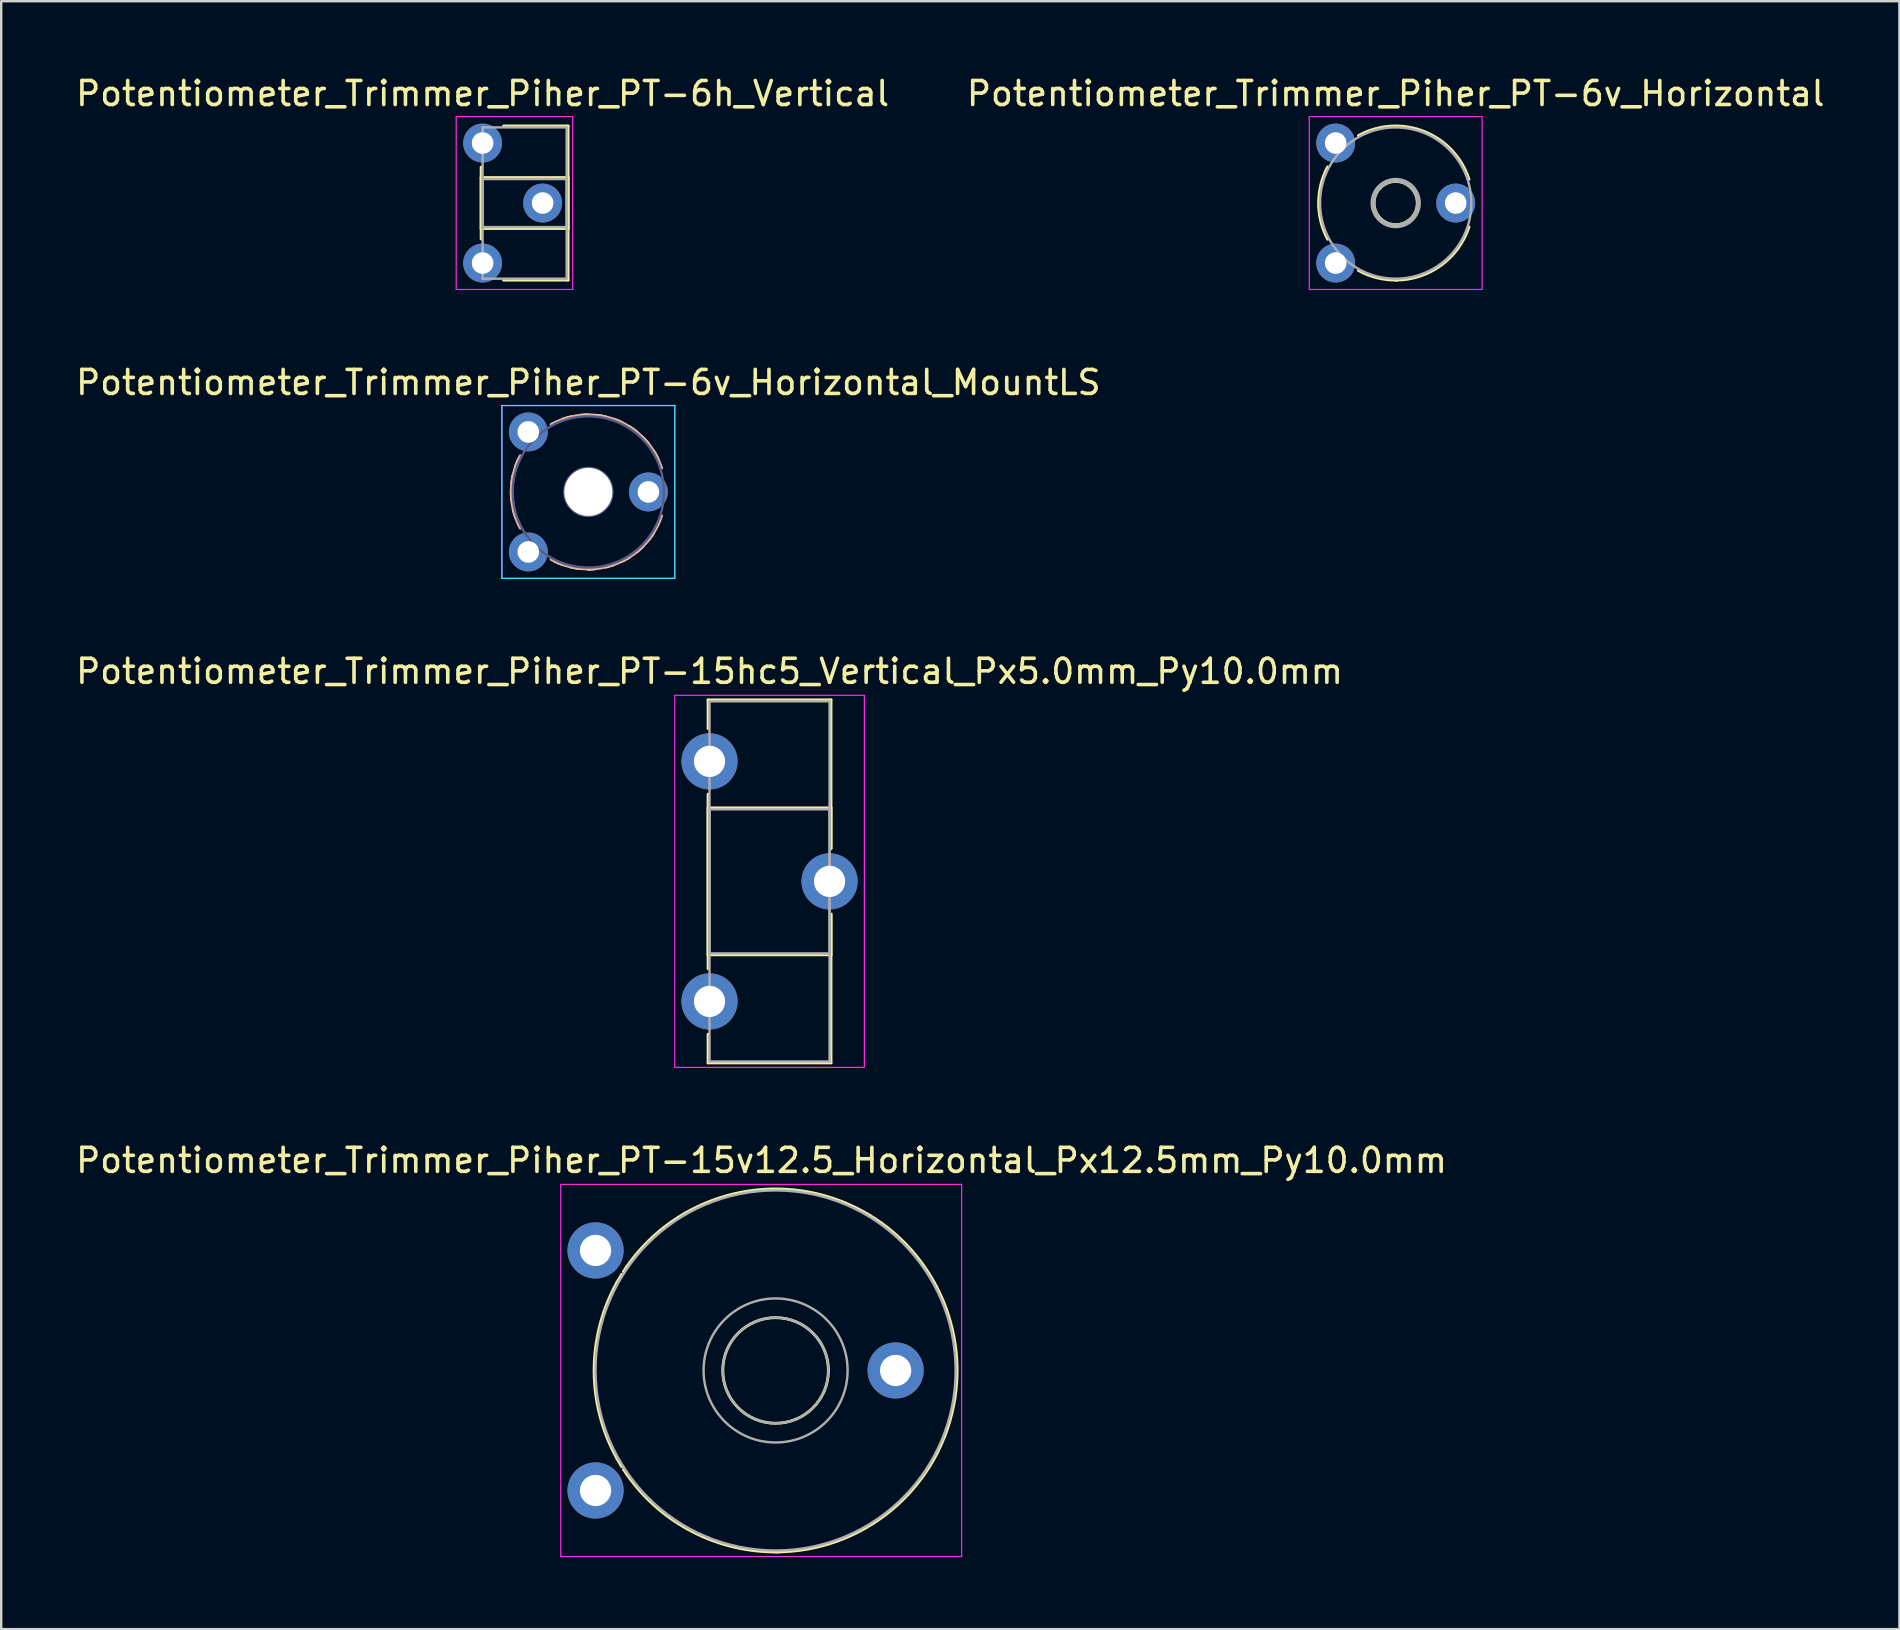
<source format=kicad_pcb>
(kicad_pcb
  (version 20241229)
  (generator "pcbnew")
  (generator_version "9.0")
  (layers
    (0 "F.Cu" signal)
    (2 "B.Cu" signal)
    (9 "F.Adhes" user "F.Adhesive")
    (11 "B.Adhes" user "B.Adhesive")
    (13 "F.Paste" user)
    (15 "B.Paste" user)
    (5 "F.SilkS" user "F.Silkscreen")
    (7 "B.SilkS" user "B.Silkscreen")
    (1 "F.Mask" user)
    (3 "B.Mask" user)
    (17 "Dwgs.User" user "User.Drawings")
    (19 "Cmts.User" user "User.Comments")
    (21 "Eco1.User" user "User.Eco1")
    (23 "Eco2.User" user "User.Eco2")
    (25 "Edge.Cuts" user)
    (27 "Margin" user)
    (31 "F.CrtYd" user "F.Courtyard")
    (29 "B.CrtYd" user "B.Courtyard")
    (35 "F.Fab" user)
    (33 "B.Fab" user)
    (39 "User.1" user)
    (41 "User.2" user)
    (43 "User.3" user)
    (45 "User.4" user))
  (footprint "Potentiometer_Trimmer_Piher_PT-15v12.5_Horizontal_Px12.5mm_Py10.0mm"
    (layer "F.Cu")
    (at 21.758 59.038)
    (property "Reference" "Potentiometer_Trimmer_Piher_PT-15v12.5_Horizontal_Px12.5mm_Py10.0mm" (at 6.915 -13.75 0) (layer "F.SilkS") (effects (font (size 1 1) (thickness 0.15))))
    (attr through_hole)
    (fp_arc (start 0.888607 -1.335708) (mid -0.058939 -5.000405) (end 0.889 -8.665) (stroke (width 0.12) (type solid)) (layer "F.SilkS"))
    (fp_arc (start 0.889127 -8.665036) (mid 0.987332 -8.836833) (end 1.09 -9.006) (stroke (width 0.12) (type solid)) (layer "F.SilkS"))
    (fp_arc (start 1.088873 -0.993977) (mid 0.986204 -1.163174) (end 0.888 -1.335) (stroke (width 0.12) (type solid)) (layer "F.SilkS"))
    (fp_arc (start 1.160448 -9.117261) (mid 1.23327 -9.227274) (end 1.308 -9.336) (stroke (width 0.12) (type solid)) (layer "F.SilkS"))
    (fp_arc (start 1.307211 -9.336238) (mid 14.205802 -8.490819) (end 7.5 2.56) (stroke (width 0.12) (type solid)) (layer "F.SilkS"))
    (fp_arc (start 1.307543 -0.664245) (mid 1.232817 -0.772979) (end 1.16 -0.883) (stroke (width 0.12) (type solid)) (layer "F.SilkS"))
    (fp_arc (start 7.631625 2.55889) (mid 4.067534 1.735898) (end 1.307 -0.664) (stroke (width 0.12) (type solid)) (layer "F.SilkS"))
    (fp_circle (center 7.5 -5) (end 9.7 -5) (stroke (width 0.12) (type solid)) (fill no) (layer "F.SilkS"))
    (fp_line (start -1.45 -12.75) (end -1.45 2.75) (stroke (width 0.05) (type solid)) (layer "F.CrtYd"))
    (fp_line (start -1.45 2.75) (end 15.25 2.75) (stroke (width 0.05) (type solid)) (layer "F.CrtYd"))
    (fp_line (start 15.25 -12.75) (end -1.45 -12.75) (stroke (width 0.05) (type solid)) (layer "F.CrtYd"))
    (fp_line (start 15.25 2.75) (end 15.25 -12.75) (stroke (width 0.05) (type solid)) (layer "F.CrtYd"))
    (fp_circle (center 7.5 -5) (end 9.7 -5) (stroke (width 0.1) (type solid)) (fill no) (layer "F.Fab"))
    (fp_circle (center 7.5 -5) (end 10.5 -5) (stroke (width 0.1) (type solid)) (fill no) (layer "F.Fab"))
    (fp_circle (center 7.5 -5) (end 15 -5) (stroke (width 0.1) (type solid)) (fill no) (layer "F.Fab"))
    (pad "1" thru_hole circle (at 0 0) (size 2.34 2.34) (drill 1.3) (layers "*.Cu" "*.Mask"))
    (pad "2" thru_hole circle (at 12.5 -5) (size 2.34 2.34) (drill 1.3) (layers "*.Cu" "*.Mask"))
    (pad "3" thru_hole circle (at 0 -10) (size 2.34 2.34) (drill 1.3) (layers "*.Cu" "*.Mask")))
  (footprint "Potentiometer_Trimmer_Piher_PT-6h_Vertical"
    (layer "F.Cu")
    (at 17.054 2.908)
    (property "Reference" "Potentiometer_Trimmer_Piher_PT-6h_Vertical" (at 0 -2.06 0) (layer "F.SilkS") (effects (font (size 1 1) (thickness 0.15))))
    (attr through_hole)
    (fp_line (start -0.061 1.005) (end -0.061 3.996) (stroke (width 0.12) (type solid)) (layer "F.SilkS"))
    (fp_line (start -0.061 1.44) (end -0.061 3.56) (stroke (width 0.12) (type solid)) (layer "F.SilkS"))
    (fp_line (start -0.061 1.44) (end 3.56 1.44) (stroke (width 0.12) (type solid)) (layer "F.SilkS"))
    (fp_line (start -0.061 3.56) (end 3.56 3.56) (stroke (width 0.12) (type solid)) (layer "F.SilkS"))
    (fp_line (start 0.873 -0.71) (end 3.56 -0.71) (stroke (width 0.12) (type solid)) (layer "F.SilkS"))
    (fp_line (start 0.873 5.71) (end 3.56 5.71) (stroke (width 0.12) (type solid)) (layer "F.SilkS"))
    (fp_line (start 3.56 -0.71) (end 3.56 5.71) (stroke (width 0.12) (type solid)) (layer "F.SilkS"))
    (fp_line (start 3.56 1.44) (end 3.56 3.56) (stroke (width 0.12) (type solid)) (layer "F.SilkS"))
    (fp_line (start -1.1 -1.1) (end -1.1 6.1) (stroke (width 0.05) (type solid)) (layer "F.CrtYd"))
    (fp_line (start -1.1 6.1) (end 3.75 6.1) (stroke (width 0.05) (type solid)) (layer "F.CrtYd"))
    (fp_line (start 3.75 -1.1) (end -1.1 -1.1) (stroke (width 0.05) (type solid)) (layer "F.CrtYd"))
    (fp_line (start 3.75 6.1) (end 3.75 -1.1) (stroke (width 0.05) (type solid)) (layer "F.CrtYd"))
    (fp_line (start 0 -0.65) (end 3.5 -0.65) (stroke (width 0.1) (type solid)) (layer "F.Fab"))
    (fp_line (start 0 1.5) (end 0 3.5) (stroke (width 0.1) (type solid)) (layer "F.Fab"))
    (fp_line (start 0 3.5) (end 3.5 3.5) (stroke (width 0.1) (type solid)) (layer "F.Fab"))
    (fp_line (start 0 5.65) (end 0 -0.65) (stroke (width 0.1) (type solid)) (layer "F.Fab"))
    (fp_line (start 3.5 -0.65) (end 3.5 5.65) (stroke (width 0.1) (type solid)) (layer "F.Fab"))
    (fp_line (start 3.5 1.5) (end 0 1.5) (stroke (width 0.1) (type solid)) (layer "F.Fab"))
    (fp_line (start 3.5 3.5) (end 3.5 1.5) (stroke (width 0.1) (type solid)) (layer "F.Fab"))
    (fp_line (start 3.5 5.65) (end 0 5.65) (stroke (width 0.1) (type solid)) (layer "F.Fab"))
    (pad "1" thru_hole circle (at 0 0) (size 1.62 1.62) (drill 0.9) (layers "*.Cu" "*.Mask"))
    (pad "2" thru_hole circle (at 2.5 2.5) (size 1.62 1.62) (drill 0.9) (layers "*.Cu" "*.Mask"))
    (pad "3" thru_hole circle (at 0 5) (size 1.62 1.62) (drill 0.9) (layers "*.Cu" "*.Mask")))
  (footprint "Potentiometer_Trimmer_Piher_PT-6v_Horizontal_MountLS"
    (layer "F.Cu")
    (at 18.958 19.942)
    (property "Reference" "Potentiometer_Trimmer_Piher_PT-6v_Horizontal_MountLS" (at 2.5 -7.06 0) (layer "F.SilkS") (effects (font (size 1 1) (thickness 0.15))))
    (attr through_hole)
    (fp_arc (start -0.690664 -2.148147) (mid -0.70533 -2.326803) (end -0.71 -2.506) (stroke (width 0.12) (type solid)) (layer "F.SilkS"))
    (fp_arc (start -0.689757 -2.866727) (mid -0.664312 -3.044212) (end -0.629 -3.22) (stroke (width 0.12) (type solid)) (layer "F.SilkS"))
    (fp_arc (start -0.533561 -1.447292) (mid -0.587595 -1.618271) (end -0.632 -1.792) (stroke (width 0.12) (type solid)) (layer "F.SilkS"))
    (fp_arc (start -0.527823 -3.567142) (mid -0.463532 -3.734496) (end -0.39 -3.898) (stroke (width 0.12) (type solid)) (layer "F.SilkS"))
    (fp_arc (start 1.430759 0.527052) (mid 1.263451 0.462645) (end 1.1 0.389) (stroke (width 0.12) (type solid)) (layer "F.SilkS"))
    (fp_arc (start 1.446409 -5.532456) (mid 1.617328 -5.586541) (end 1.791 -5.631) (stroke (width 0.12) (type solid)) (layer "F.SilkS"))
    (fp_arc (start 2.131174 0.688987) (mid 1.953735 0.663426) (end 1.778 0.628) (stroke (width 0.12) (type solid)) (layer "F.SilkS"))
    (fp_arc (start 2.147154 -5.690552) (mid 2.325805 -5.705274) (end 2.505 -5.71) (stroke (width 0.12) (type solid)) (layer "F.SilkS"))
    (fp_arc (start 2.848871 0.690998) (mid 2.670201 0.705497) (end 2.491 0.71) (stroke (width 0.12) (type solid)) (layer "F.SilkS"))
    (fp_arc (start 2.857815 0.689995) (mid 2.679187 0.704995) (end 2.5 0.71) (stroke (width 0.12) (type solid)) (layer "F.SilkS"))
    (fp_arc (start 2.865733 -5.689646) (mid 3.043214 -5.664257) (end 3.219 -5.629) (stroke (width 0.12) (type solid)) (layer "F.SilkS"))
    (fp_arc (start 3.558448 0.530905) (mid 3.387608 0.585263) (end 3.214 0.63) (stroke (width 0.12) (type solid)) (layer "F.SilkS"))
    (fp_arc (start 3.566037 -5.528705) (mid 3.733442 -5.464475) (end 3.897 -5.391) (stroke (width 0.12) (type solid)) (layer "F.SilkS"))
    (fp_arc (start 4.206798 0.219694) (mid 4.052319 0.310729) (end 3.893 0.393) (stroke (width 0.12) (type solid)) (layer "F.SilkS"))
    (fp_arc (start 4.212941 -5.215865) (mid 4.361874 -5.116012) (end 4.505 -5.008) (stroke (width 0.12) (type solid)) (layer "F.SilkS"))
    (fp_arc (start 4.768428 -0.227698) (mid 4.638048 -0.104614) (end 4.501 0.011) (stroke (width 0.12) (type solid)) (layer "F.SilkS"))
    (fp_arc (start 4.77363 -4.765558) (mid 4.896552 -4.635108) (end 5.012 -4.498) (stroke (width 0.12) (type solid)) (layer "F.SilkS"))
    (fp_arc (start 5.216636 -0.789158) (mid 5.116898 -0.640179) (end 5.009 -0.497) (stroke (width 0.12) (type solid)) (layer "F.SilkS"))
    (fp_arc (start 5.221023 -4.203928) (mid 5.311896 -4.04938) (end 5.394 -3.89) (stroke (width 0.12) (type solid)) (layer "F.SilkS"))
    (fp_arc (start -0.334672 -0.992382) (mid -0.710651 -2.49965) (end -0.335 -4.007) (stroke (width 0.12) (type solid)) (layer "B.SilkS"))
    (fp_arc (start 0.944668 -5.307816) (mid 3.677267 -5.486123) (end 5.553 -3.491) (stroke (width 0.12) (type solid)) (layer "B.SilkS"))
    (fp_arc (start 2.556464 0.709799) (mid 1.723783 0.615042) (end 0.944 0.308) (stroke (width 0.12) (type solid)) (layer "B.SilkS"))
    (fp_arc (start 5.552891 -1.508055) (mid 4.38679 0.096945) (end 2.5 0.71) (stroke (width 0.12) (type solid)) (layer "B.SilkS"))
    (fp_line (start -1.1 -6.1) (end -1.1 1.1) (stroke (width 0.05) (type solid)) (layer "B.CrtYd"))
    (fp_line (start -1.1 1.1) (end 6.1 1.1) (stroke (width 0.05) (type solid)) (layer "B.CrtYd"))
    (fp_line (start 6.1 -6.1) (end -1.1 -6.1) (stroke (width 0.05) (type solid)) (layer "B.CrtYd"))
    (fp_line (start 6.1 1.1) (end 6.1 -6.1) (stroke (width 0.05) (type solid)) (layer "B.CrtYd"))
    (fp_line (start -1.1 -6.1) (end -1.1 1.1) (stroke (width 0.05) (type solid)) (layer "F.CrtYd"))
    (fp_line (start -1.1 1.1) (end 6.1 1.1) (stroke (width 0.05) (type solid)) (layer "F.CrtYd"))
    (fp_line (start 6.1 -6.1) (end -1.1 -6.1) (stroke (width 0.05) (type solid)) (layer "F.CrtYd"))
    (fp_line (start 6.1 1.1) (end 6.1 -6.1) (stroke (width 0.05) (type solid)) (layer "F.CrtYd"))
    (fp_circle (center 2.5 -2.5) (end 3.4 -2.5) (stroke (width 0.1) (type solid)) (fill no) (layer "B.Fab"))
    (fp_circle (center 2.5 -2.5) (end 3.5 -2.5) (stroke (width 0.1) (type solid)) (fill no) (layer "B.Fab"))
    (fp_circle (center 2.5 -2.5) (end 5.65 -2.5) (stroke (width 0.1) (type solid)) (fill no) (layer "B.Fab"))
    (pad "" np_thru_hole circle (at 2.5 -2.5) (size 2 2) (drill 2) (layers "*.Cu" "*.Mask"))
    (pad "1" thru_hole circle (at 0 0) (size 1.62 1.62) (drill 0.9) (layers "*.Cu" "*.Mask"))
    (pad "2" thru_hole circle (at 5 -2.5) (size 1.62 1.62) (drill 0.9) (layers "*.Cu" "*.Mask"))
    (pad "3" thru_hole circle (at 0 -5) (size 1.62 1.62) (drill 0.9) (layers "*.Cu" "*.Mask")))
  (footprint "Potentiometer_Trimmer_Piher_PT-15hc5_Vertical_Px5.0mm_Py10.0mm"
    (layer "F.Cu")
    (at 26.506 28.665)
    (property "Reference" "Potentiometer_Trimmer_Piher_PT-15hc5_Vertical_Px5.0mm_Py10.0mm" (at 0 -3.75 0) (layer "F.SilkS") (effects (font (size 1 1) (thickness 0.15))))
    (attr through_hole)
    (fp_line (start -0.061 -2.56) (end -0.061 -1.365) (stroke (width 0.12) (type solid)) (layer "F.SilkS"))
    (fp_line (start -0.061 -2.56) (end 5.06 -2.56) (stroke (width 0.12) (type solid)) (layer "F.SilkS"))
    (fp_line (start -0.061 1.365) (end -0.061 8.635) (stroke (width 0.12) (type solid)) (layer "F.SilkS"))
    (fp_line (start -0.061 1.94) (end -0.061 8.06) (stroke (width 0.12) (type solid)) (layer "F.SilkS"))
    (fp_line (start -0.061 1.94) (end 5.06 1.94) (stroke (width 0.12) (type solid)) (layer "F.SilkS"))
    (fp_line (start -0.061 8.06) (end 5.06 8.06) (stroke (width 0.12) (type solid)) (layer "F.SilkS"))
    (fp_line (start -0.061 11.365) (end -0.061 12.56) (stroke (width 0.12) (type solid)) (layer "F.SilkS"))
    (fp_line (start -0.061 12.56) (end 5.06 12.56) (stroke (width 0.12) (type solid)) (layer "F.SilkS"))
    (fp_line (start 5.06 -2.56) (end 5.06 3.635) (stroke (width 0.12) (type solid)) (layer "F.SilkS"))
    (fp_line (start 5.06 1.94) (end 5.06 3.635) (stroke (width 0.12) (type solid)) (layer "F.SilkS"))
    (fp_line (start 5.06 6.365) (end 5.06 8.06) (stroke (width 0.12) (type solid)) (layer "F.SilkS"))
    (fp_line (start 5.06 6.365) (end 5.06 12.56) (stroke (width 0.12) (type solid)) (layer "F.SilkS"))
    (fp_line (start -1.45 -2.75) (end -1.45 12.75) (stroke (width 0.05) (type solid)) (layer "F.CrtYd"))
    (fp_line (start -1.45 12.75) (end 6.45 12.75) (stroke (width 0.05) (type solid)) (layer "F.CrtYd"))
    (fp_line (start 6.45 -2.75) (end -1.45 -2.75) (stroke (width 0.05) (type solid)) (layer "F.CrtYd"))
    (fp_line (start 6.45 12.75) (end 6.45 -2.75) (stroke (width 0.05) (type solid)) (layer "F.CrtYd"))
    (fp_line (start 0 -2.5) (end 5 -2.5) (stroke (width 0.1) (type solid)) (layer "F.Fab"))
    (fp_line (start 0 2) (end 0 8) (stroke (width 0.1) (type solid)) (layer "F.Fab"))
    (fp_line (start 0 8) (end 5 8) (stroke (width 0.1) (type solid)) (layer "F.Fab"))
    (fp_line (start 0 12.5) (end 0 -2.5) (stroke (width 0.1) (type solid)) (layer "F.Fab"))
    (fp_line (start 5 -2.5) (end 5 12.5) (stroke (width 0.1) (type solid)) (layer "F.Fab"))
    (fp_line (start 5 2) (end 0 2) (stroke (width 0.1) (type solid)) (layer "F.Fab"))
    (fp_line (start 5 8) (end 5 2) (stroke (width 0.1) (type solid)) (layer "F.Fab"))
    (fp_line (start 5 12.5) (end 0 12.5) (stroke (width 0.1) (type solid)) (layer "F.Fab"))
    (pad "1" thru_hole circle (at 0 0) (size 2.34 2.34) (drill 1.3) (layers "*.Cu" "*.Mask"))
    (pad "2" thru_hole circle (at 5 5) (size 2.34 2.34) (drill 1.3) (layers "*.Cu" "*.Mask"))
    (pad "3" thru_hole circle (at 0 10) (size 2.34 2.34) (drill 1.3) (layers "*.Cu" "*.Mask")))
  (footprint "Potentiometer_Trimmer_Piher_PT-6v_Horizontal"
    (layer "F.Cu")
    (at 52.589 7.908)
    (property "Reference" "Potentiometer_Trimmer_Piher_PT-6v_Horizontal" (at 2.5 -7.06 0) (layer "F.SilkS") (effects (font (size 1 1) (thickness 0.15))))
    (attr through_hole)
    (fp_arc (start -0.334672 -0.992382) (mid -0.710651 -2.49965) (end -0.335 -4.007) (stroke (width 0.12) (type solid)) (layer "F.SilkS"))
    (fp_arc (start 0.944668 -5.307816) (mid 3.677267 -5.486123) (end 5.553 -3.491) (stroke (width 0.12) (type solid)) (layer "F.SilkS"))
    (fp_arc (start 2.556464 0.709799) (mid 1.723783 0.615042) (end 0.944 0.308) (stroke (width 0.12) (type solid)) (layer "F.SilkS"))
    (fp_arc (start 5.552891 -1.508055) (mid 4.38679 0.096945) (end 2.5 0.71) (stroke (width 0.12) (type solid)) (layer "F.SilkS"))
    (fp_circle (center 2.5 -2.5) (end 3.4 -2.5) (stroke (width 0.12) (type solid)) (fill no) (layer "F.SilkS"))
    (fp_line (start -1.1 -6.1) (end -1.1 1.1) (stroke (width 0.05) (type solid)) (layer "F.CrtYd"))
    (fp_line (start -1.1 1.1) (end 6.1 1.1) (stroke (width 0.05) (type solid)) (layer "F.CrtYd"))
    (fp_line (start 6.1 -6.1) (end -1.1 -6.1) (stroke (width 0.05) (type solid)) (layer "F.CrtYd"))
    (fp_line (start 6.1 1.1) (end 6.1 -6.1) (stroke (width 0.05) (type solid)) (layer "F.CrtYd"))
    (fp_circle (center 2.5 -2.5) (end 3.4 -2.5) (stroke (width 0.1) (type solid)) (fill no) (layer "F.Fab"))
    (fp_circle (center 2.5 -2.5) (end 3.5 -2.5) (stroke (width 0.1) (type solid)) (fill no) (layer "F.Fab"))
    (fp_circle (center 2.5 -2.5) (end 5.65 -2.5) (stroke (width 0.1) (type solid)) (fill no) (layer "F.Fab"))
    (pad "1" thru_hole circle (at 0 0) (size 1.62 1.62) (drill 0.9) (layers "*.Cu" "*.Mask"))
    (pad "2" thru_hole circle (at 5 -2.5) (size 1.62 1.62) (drill 0.9) (layers "*.Cu" "*.Mask"))
    (pad "3" thru_hole circle (at 0 -5) (size 1.62 1.62) (drill 0.9) (layers "*.Cu" "*.Mask")))
  (gr_rect
    (start -3 -3)
    (end 76.071 64.813)
    (stroke (width 0.1) (type default))
    (fill no)
    (layer "Edge.Cuts")))
</source>
